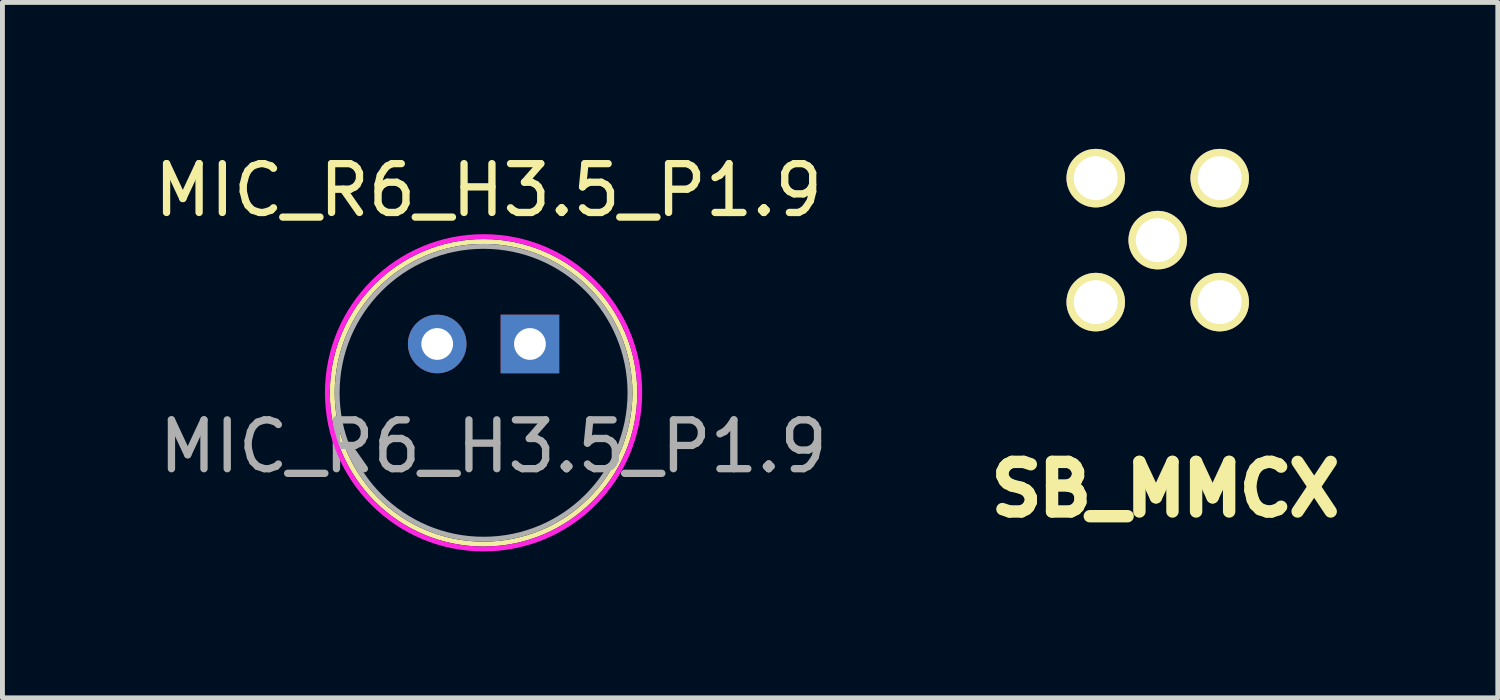
<source format=kicad_pcb>
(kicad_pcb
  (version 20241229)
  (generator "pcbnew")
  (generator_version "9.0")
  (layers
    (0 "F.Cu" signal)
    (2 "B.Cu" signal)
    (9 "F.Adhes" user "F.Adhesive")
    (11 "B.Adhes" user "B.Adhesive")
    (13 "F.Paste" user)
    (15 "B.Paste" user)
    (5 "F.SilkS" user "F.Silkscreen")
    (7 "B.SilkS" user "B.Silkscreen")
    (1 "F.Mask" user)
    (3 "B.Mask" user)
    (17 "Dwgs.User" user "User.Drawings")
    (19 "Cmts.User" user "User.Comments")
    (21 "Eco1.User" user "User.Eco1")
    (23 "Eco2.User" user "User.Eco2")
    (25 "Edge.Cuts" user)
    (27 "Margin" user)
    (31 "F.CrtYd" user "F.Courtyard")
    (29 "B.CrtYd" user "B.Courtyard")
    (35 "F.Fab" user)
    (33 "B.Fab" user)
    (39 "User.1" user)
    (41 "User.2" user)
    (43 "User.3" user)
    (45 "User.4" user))
  (footprint "SB_MMCX"
    (layer "F.Cu")
    (at 20.719 1.692)
    (property "Reference" "SB_MMCX" (at 0.109 5.281 0) (layer "F.SilkS") (effects (font (size 1.016 1.016) (thickness 0.254))))
    (attr smd)
    (pad "1" thru_hole circle (at -0.048 0.178) (size 1.199 1.199) (drill 0.899) (layers "*.Cu" "*.Mask" "F.SilkS"))
    (pad "2" thru_hole circle (at -1.318 -1.092) (size 1.199 1.199) (drill 0.899) (layers "*.Cu" "*.Mask" "F.SilkS"))
    (pad "3" thru_hole circle (at 1.222 -1.092) (size 1.199 1.199) (drill 0.899) (layers "*.Cu" "*.Mask" "F.SilkS"))
    (pad "4" thru_hole circle (at 1.222 1.448) (size 1.199 1.199) (drill 0.899) (layers "*.Cu" "*.Mask" "F.SilkS"))
    (pad "5" thru_hole circle (at -1.318 1.448) (size 1.199 1.199) (drill 0.899) (layers "*.Cu" "*.Mask" "F.SilkS")))
  (footprint "MIC_R6_H3.5_P1.9"
    (layer "F.Cu")
    (at 6.858 4.998)
    (property "Reference" "MIC_R6_H3.5_P1.9" (at 0.1 -4.15 0) (layer "F.SilkS") (effects (font (size 1 1) (thickness 0.15))))
    (attr through_hole)
    (fp_circle (center 0 0) (end 3.1 0) (stroke (width 0.1) (type solid)) (fill no) (layer "F.SilkS"))
    (fp_circle (center 0 0) (end 3.2 0) (stroke (width 0.1) (type solid)) (fill no) (layer "F.CrtYd"))
    (fp_circle (center 0 0) (end 3 0) (stroke (width 0.1) (type solid)) (fill no) (layer "F.Fab"))
    (fp_text user "${REFERENCE}" (at 0.2 1.1 0) (layer "F.Fab") (effects (font (size 1 1) (thickness 0.15))))
    (pad "1" thru_hole rect (at 0.95 -1) (size 1.2 1.2) (drill 0.65) (layers "*.Cu" "*.Mask"))
    (pad "2" thru_hole circle (at -0.95 -1) (size 1.2 1.2) (drill 0.65) (layers "*.Cu" "*.Mask")))
  (gr_rect
    (start -3 -3)
    (end 27.639 11.248)
    (stroke (width 0.1) (type default))
    (fill no)
    (layer "Edge.Cuts")))
</source>
